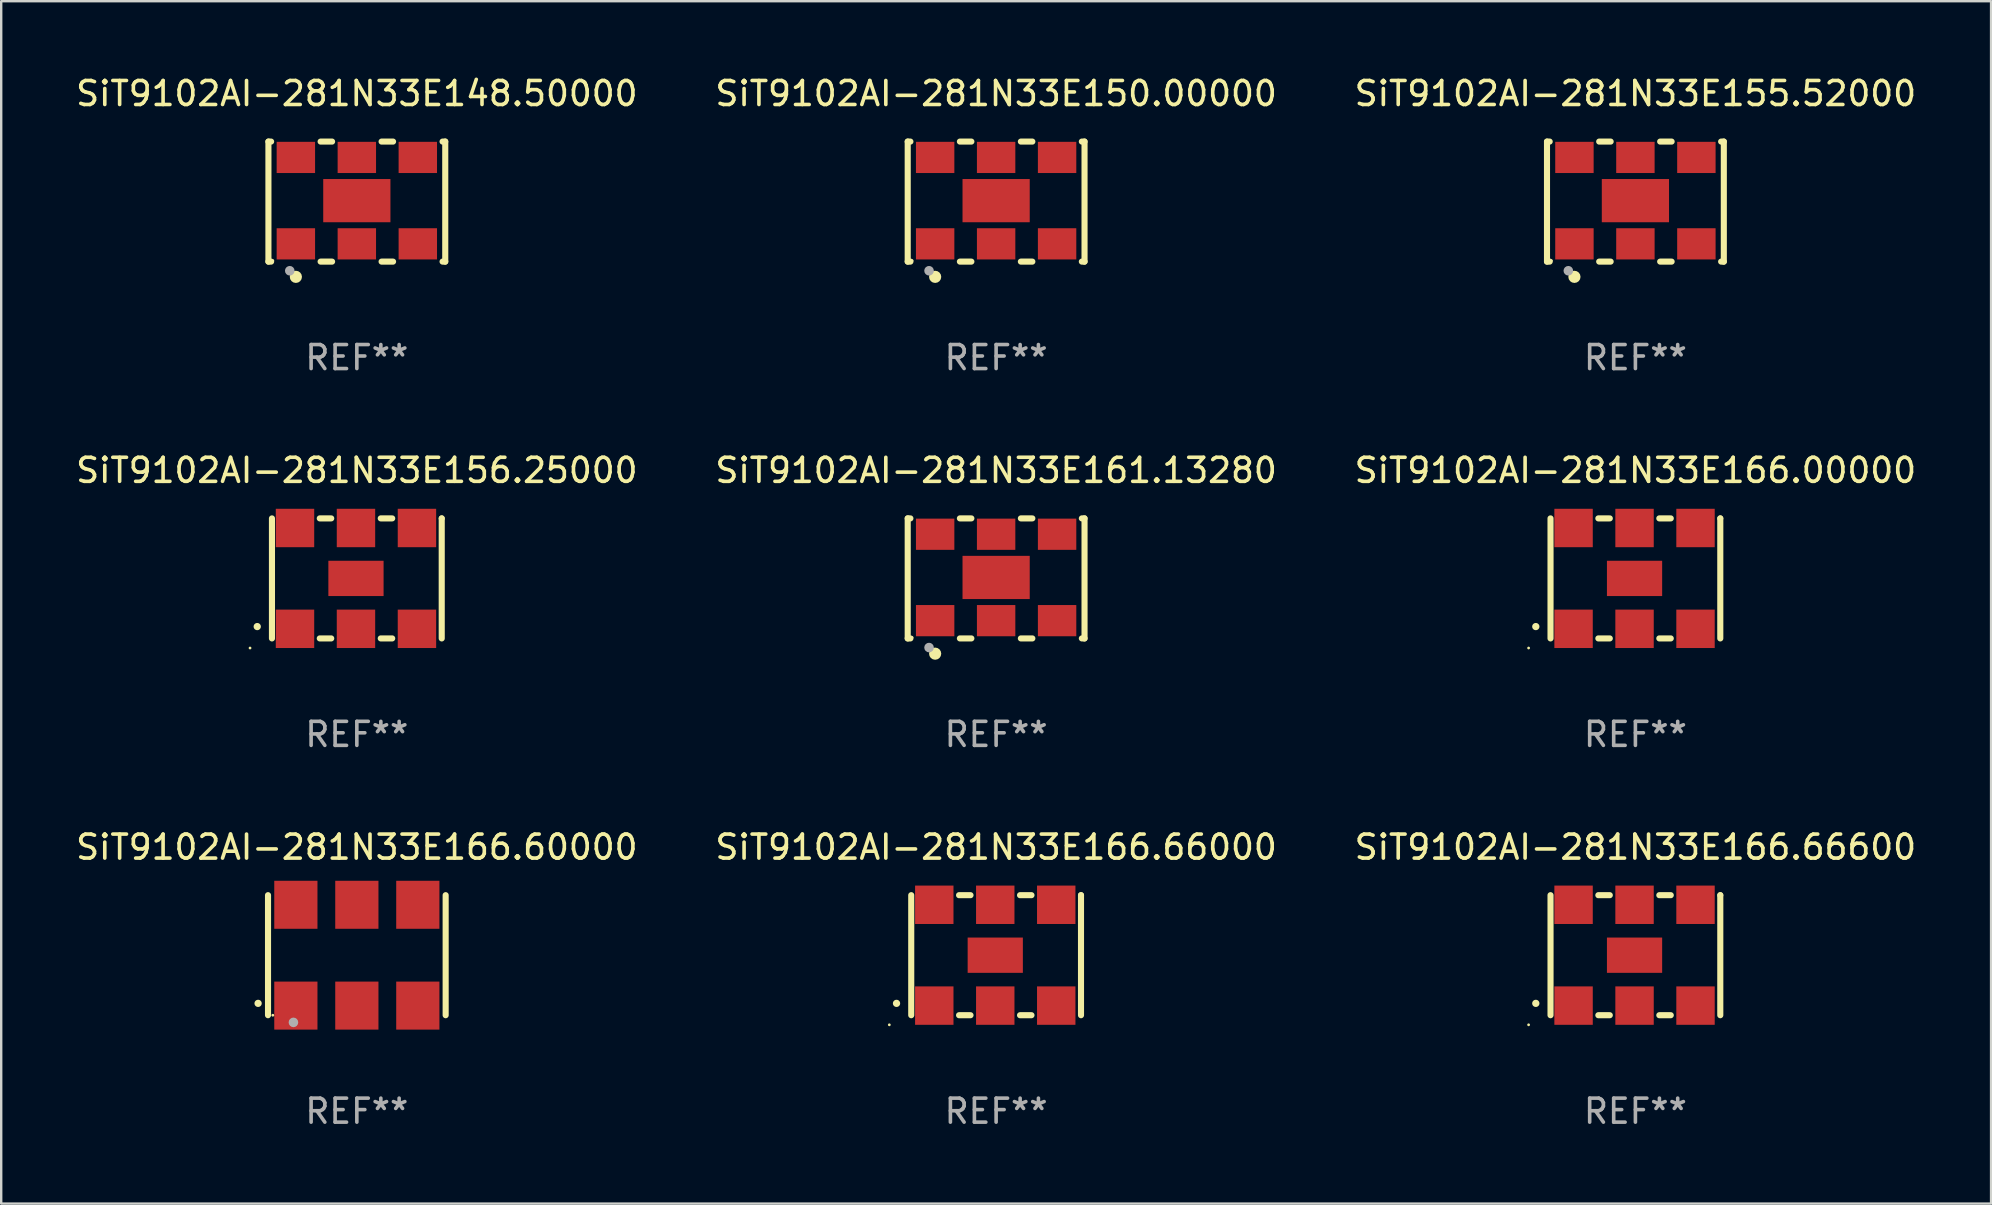
<source format=kicad_pcb>
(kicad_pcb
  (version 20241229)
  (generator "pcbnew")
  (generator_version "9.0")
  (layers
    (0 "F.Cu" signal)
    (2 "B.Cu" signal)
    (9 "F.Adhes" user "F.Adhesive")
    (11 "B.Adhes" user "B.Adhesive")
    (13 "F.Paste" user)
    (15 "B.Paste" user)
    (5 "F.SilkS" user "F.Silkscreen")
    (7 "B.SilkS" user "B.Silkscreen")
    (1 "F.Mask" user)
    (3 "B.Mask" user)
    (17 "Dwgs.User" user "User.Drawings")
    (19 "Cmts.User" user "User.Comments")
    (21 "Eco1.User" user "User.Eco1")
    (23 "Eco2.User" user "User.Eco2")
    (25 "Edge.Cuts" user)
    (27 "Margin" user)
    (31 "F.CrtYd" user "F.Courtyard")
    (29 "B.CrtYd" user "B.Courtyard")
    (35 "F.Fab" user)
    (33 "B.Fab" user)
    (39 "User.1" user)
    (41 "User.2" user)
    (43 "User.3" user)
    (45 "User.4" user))
  (footprint "SiT9102AI-281N33E166.60000"
    (layer "F.Cu")
    (at 11.815 36.741)
    (property "Reference" "SiT9102AI-281N33E166.60000" (at 0 -4.5 0) (layer "F.SilkS") (effects (font (size 1 1) (thickness 0.15))))
    (attr through_hole)
    (fp_line (start -3.7 -2.5) (end -3.7 2.5) (stroke (width 0.254) (type solid)) (layer "F.SilkS"))
    (fp_line (start 3.7 -2.5) (end 3.7 2.5) (stroke (width 0.254) (type solid)) (layer "F.SilkS"))
    (fp_arc (start -4.114415 2.006604) (mid -4.113145 2.006599) (end -4.111875 2.006604) (stroke (width 0.3) (type solid)) (layer "F.SilkS"))
    (fp_circle (center -3.5 2.501) (end -3.47 2.501) (stroke (width 0.06) (type solid)) (fill no) (layer "F.SilkS"))
    (fp_circle (center -2.641 2.799) (end -2.541 2.799) (stroke (width 0.2) (type solid)) (fill no) (layer "F.Fab"))
    (fp_text user "REF**" (at 0 6.5 0) (layer "F.Fab") (effects (font (size 1 1) (thickness 0.15))))
    (pad "1" smd rect (at -2.54 2.1) (size 1.8 2) (layers "F.Cu" "F.Mask" "F.Paste"))
    (pad "2" smd rect (at 0.000394 2.1) (size 1.8 2) (layers "F.Cu" "F.Mask" "F.Paste"))
    (pad "3" smd rect (at 2.54 2.1) (size 1.8 2) (layers "F.Cu" "F.Mask" "F.Paste"))
    (pad "4" smd rect (at 2.54 -2.1) (size 1.8 2) (layers "F.Cu" "F.Mask" "F.Paste"))
    (pad "5" smd rect (at 0.000394 -2.1) (size 1.8 2) (layers "F.Cu" "F.Mask" "F.Paste"))
    (pad "6" smd rect (at -2.54 -2.1) (size 1.8 2) (layers "F.Cu" "F.Mask" "F.Paste")))
  (footprint "SiT9102AI-281N33E148.50000"
    (layer "F.Cu")
    (at 11.815 5.348)
    (property "Reference" "SiT9102AI-281N33E148.50000" (at 0 -4.5 0) (layer "F.SilkS") (effects (font (size 1 1) (thickness 0.15))))
    (attr through_hole)
    (fp_line (start -3.683 -2.5) (end -3.571 -2.5) (stroke (width 0.254) (type solid)) (layer "F.SilkS"))
    (fp_line (start -3.683 2.5) (end -3.683 -2.5) (stroke (width 0.254) (type solid)) (layer "F.SilkS"))
    (fp_line (start -3.683 2.5) (end -3.571 2.5) (stroke (width 0.254) (type solid)) (layer "F.SilkS"))
    (fp_line (start -1.509 -2.5) (end -1.031 -2.5) (stroke (width 0.254) (type solid)) (layer "F.SilkS"))
    (fp_line (start -1.509 2.5) (end -1.031 2.5) (stroke (width 0.254) (type solid)) (layer "F.SilkS"))
    (fp_line (start 1.031 -2.5) (end 1.509 -2.5) (stroke (width 0.254) (type solid)) (layer "F.SilkS"))
    (fp_line (start 1.031 2.5) (end 1.509 2.5) (stroke (width 0.254) (type solid)) (layer "F.SilkS"))
    (fp_line (start 3.571 -2.5) (end 3.683 -2.5) (stroke (width 0.254) (type solid)) (layer "F.SilkS"))
    (fp_line (start 3.571 2.5) (end 3.683 2.5) (stroke (width 0.254) (type solid)) (layer "F.SilkS"))
    (fp_line (start 3.683 2.5) (end 3.683 -2.5) (stroke (width 0.254) (type solid)) (layer "F.SilkS"))
    (fp_circle (center -3.5 2.46) (end -3.47 2.46) (stroke (width 0.06) (type solid)) (fill no) (layer "F.SilkS"))
    (fp_circle (center -2.54 3.135) (end -2.413 3.135) (stroke (width 0.254) (type solid)) (fill no) (layer "F.SilkS"))
    (fp_circle (center -2.794 2.881) (end -2.694 2.881) (stroke (width 0.2) (type solid)) (fill no) (layer "F.Fab"))
    (fp_text user "REF**" (at 0 6.5 0) (layer "F.Fab") (effects (font (size 1 1) (thickness 0.15))))
    (pad "1" smd rect (at -2.54 1.76) (size 1.6 1.3) (layers "F.Cu" "F.Mask" "F.Paste"))
    (pad "2" smd rect (at 0 1.76) (size 1.6 1.3) (layers "F.Cu" "F.Mask" "F.Paste"))
    (pad "3" smd rect (at 2.54 1.76) (size 1.6 1.3) (layers "F.Cu" "F.Mask" "F.Paste"))
    (pad "4" smd rect (at 2.54 -1.84) (size 1.6 1.3) (layers "F.Cu" "F.Mask" "F.Paste"))
    (pad "5" smd rect (at 0 -1.84) (size 1.6 1.3) (layers "F.Cu" "F.Mask" "F.Paste"))
    (pad "6" smd rect (at -2.54 -1.84) (size 1.6 1.3) (layers "F.Cu" "F.Mask" "F.Paste"))
    (pad "7" smd rect (at 0 -0.04) (size 2.8 1.8) (layers "F.Cu" "F.Mask" "F.Paste")))
  (footprint "SiT9102AI-281N33E166.00000"
    (layer "F.Cu")
    (at 65.077 21.045)
    (property "Reference" "SiT9102AI-281N33E166.00000" (at 0 -4.5 0) (layer "F.SilkS") (effects (font (size 1 1) (thickness 0.15))))
    (attr through_hole)
    (fp_line (start -3.536 -2.5) (end -3.536 2.5) (stroke (width 0.254) (type solid)) (layer "F.SilkS"))
    (fp_line (start -1.544 2.5) (end -1.067 2.5) (stroke (width 0.254) (type solid)) (layer "F.SilkS"))
    (fp_line (start -1.067 -2.5) (end -1.544 -2.5) (stroke (width 0.254) (type solid)) (layer "F.SilkS"))
    (fp_line (start 0.996 2.5) (end 1.473 2.5) (stroke (width 0.254) (type solid)) (layer "F.SilkS"))
    (fp_line (start 1.473 -2.5) (end 0.996 -2.5) (stroke (width 0.254) (type solid)) (layer "F.SilkS"))
    (fp_line (start 3.536 -2.5) (end 3.536 -2.5) (stroke (width 0.254) (type solid)) (layer "F.SilkS"))
    (fp_line (start 3.536 2.5) (end 3.536 -2.5) (stroke (width 0.254) (type solid)) (layer "F.SilkS"))
    (fp_arc (start -4.150432 2.006604) (mid -4.149162 2.006599) (end -4.147892 2.006604) (stroke (width 0.3) (type solid)) (layer "F.SilkS"))
    (fp_circle (center -4.449 2.9) (end -4.419 2.9) (stroke (width 0.06) (type solid)) (fill no) (layer "F.SilkS"))
    (fp_text user "REF**" (at 0 6.5 0) (layer "F.Fab") (effects (font (size 1 1) (thickness 0.15))))
    (pad "1" smd rect (at -2.576 2.1) (size 1.6 1.6) (layers "F.Cu" "F.Mask" "F.Paste"))
    (pad "2" smd rect (at -0.036 2.1) (size 1.6 1.6) (layers "F.Cu" "F.Mask" "F.Paste"))
    (pad "3" smd rect (at 2.504 2.1) (size 1.6 1.6) (layers "F.Cu" "F.Mask" "F.Paste"))
    (pad "4" smd rect (at 2.504 -2.1) (size 1.6 1.6) (layers "F.Cu" "F.Mask" "F.Paste"))
    (pad "5" smd rect (at -0.036 -2.1) (size 1.6 1.6) (layers "F.Cu" "F.Mask" "F.Paste"))
    (pad "6" smd rect (at -2.576 -2.1) (size 1.6 1.6) (layers "F.Cu" "F.Mask" "F.Paste"))
    (pad "7" smd rect (at -0.036 0) (size 2.3 1.47) (layers "F.Cu" "F.Mask" "F.Paste")))
  (footprint "SiT9102AI-281N33E155.52000"
    (layer "F.Cu")
    (at 65.077 5.348)
    (property "Reference" "SiT9102AI-281N33E155.52000" (at 0 -4.5 0) (layer "F.SilkS") (effects (font (size 1 1) (thickness 0.15))))
    (attr through_hole)
    (fp_line (start -3.683 -2.5) (end -3.571 -2.5) (stroke (width 0.254) (type solid)) (layer "F.SilkS"))
    (fp_line (start -3.683 2.5) (end -3.683 -2.5) (stroke (width 0.254) (type solid)) (layer "F.SilkS"))
    (fp_line (start -3.683 2.5) (end -3.571 2.5) (stroke (width 0.254) (type solid)) (layer "F.SilkS"))
    (fp_line (start -1.509 -2.5) (end -1.031 -2.5) (stroke (width 0.254) (type solid)) (layer "F.SilkS"))
    (fp_line (start -1.509 2.5) (end -1.031 2.5) (stroke (width 0.254) (type solid)) (layer "F.SilkS"))
    (fp_line (start 1.031 -2.5) (end 1.509 -2.5) (stroke (width 0.254) (type solid)) (layer "F.SilkS"))
    (fp_line (start 1.031 2.5) (end 1.509 2.5) (stroke (width 0.254) (type solid)) (layer "F.SilkS"))
    (fp_line (start 3.571 -2.5) (end 3.683 -2.5) (stroke (width 0.254) (type solid)) (layer "F.SilkS"))
    (fp_line (start 3.571 2.5) (end 3.683 2.5) (stroke (width 0.254) (type solid)) (layer "F.SilkS"))
    (fp_line (start 3.683 2.5) (end 3.683 -2.5) (stroke (width 0.254) (type solid)) (layer "F.SilkS"))
    (fp_circle (center -3.5 2.46) (end -3.47 2.46) (stroke (width 0.06) (type solid)) (fill no) (layer "F.SilkS"))
    (fp_circle (center -2.54 3.135) (end -2.413 3.135) (stroke (width 0.254) (type solid)) (fill no) (layer "F.SilkS"))
    (fp_circle (center -2.794 2.881) (end -2.694 2.881) (stroke (width 0.2) (type solid)) (fill no) (layer "F.Fab"))
    (fp_text user "REF**" (at 0 6.5 0) (layer "F.Fab") (effects (font (size 1 1) (thickness 0.15))))
    (pad "1" smd rect (at -2.54 1.76) (size 1.6 1.3) (layers "F.Cu" "F.Mask" "F.Paste"))
    (pad "2" smd rect (at 0 1.76) (size 1.6 1.3) (layers "F.Cu" "F.Mask" "F.Paste"))
    (pad "3" smd rect (at 2.54 1.76) (size 1.6 1.3) (layers "F.Cu" "F.Mask" "F.Paste"))
    (pad "4" smd rect (at 2.54 -1.84) (size 1.6 1.3) (layers "F.Cu" "F.Mask" "F.Paste"))
    (pad "5" smd rect (at 0 -1.84) (size 1.6 1.3) (layers "F.Cu" "F.Mask" "F.Paste"))
    (pad "6" smd rect (at -2.54 -1.84) (size 1.6 1.3) (layers "F.Cu" "F.Mask" "F.Paste"))
    (pad "7" smd rect (at 0 -0.04) (size 2.8 1.8) (layers "F.Cu" "F.Mask" "F.Paste")))
  (footprint "SiT9102AI-281N33E161.13280"
    (layer "F.Cu")
    (at 38.446 21.045)
    (property "Reference" "SiT9102AI-281N33E161.13280" (at 0 -4.5 0) (layer "F.SilkS") (effects (font (size 1 1) (thickness 0.15))))
    (attr through_hole)
    (fp_line (start -3.683 -2.5) (end -3.571 -2.5) (stroke (width 0.254) (type solid)) (layer "F.SilkS"))
    (fp_line (start -3.683 2.5) (end -3.683 -2.5) (stroke (width 0.254) (type solid)) (layer "F.SilkS"))
    (fp_line (start -3.683 2.5) (end -3.571 2.5) (stroke (width 0.254) (type solid)) (layer "F.SilkS"))
    (fp_line (start -1.509 -2.5) (end -1.031 -2.5) (stroke (width 0.254) (type solid)) (layer "F.SilkS"))
    (fp_line (start -1.509 2.5) (end -1.031 2.5) (stroke (width 0.254) (type solid)) (layer "F.SilkS"))
    (fp_line (start 1.031 -2.5) (end 1.509 -2.5) (stroke (width 0.254) (type solid)) (layer "F.SilkS"))
    (fp_line (start 1.031 2.5) (end 1.509 2.5) (stroke (width 0.254) (type solid)) (layer "F.SilkS"))
    (fp_line (start 3.571 -2.5) (end 3.683 -2.5) (stroke (width 0.254) (type solid)) (layer "F.SilkS"))
    (fp_line (start 3.571 2.5) (end 3.683 2.5) (stroke (width 0.254) (type solid)) (layer "F.SilkS"))
    (fp_line (start 3.683 2.5) (end 3.683 -2.5) (stroke (width 0.254) (type solid)) (layer "F.SilkS"))
    (fp_circle (center -3.5 2.46) (end -3.47 2.46) (stroke (width 0.06) (type solid)) (fill no) (layer "F.SilkS"))
    (fp_circle (center -2.54 3.135) (end -2.413 3.135) (stroke (width 0.254) (type solid)) (fill no) (layer "F.SilkS"))
    (fp_circle (center -2.794 2.881) (end -2.694 2.881) (stroke (width 0.2) (type solid)) (fill no) (layer "F.Fab"))
    (fp_text user "REF**" (at 0 6.5 0) (layer "F.Fab") (effects (font (size 1 1) (thickness 0.15))))
    (pad "1" smd rect (at -2.54 1.76) (size 1.6 1.3) (layers "F.Cu" "F.Mask" "F.Paste"))
    (pad "2" smd rect (at 0 1.76) (size 1.6 1.3) (layers "F.Cu" "F.Mask" "F.Paste"))
    (pad "3" smd rect (at 2.54 1.76) (size 1.6 1.3) (layers "F.Cu" "F.Mask" "F.Paste"))
    (pad "4" smd rect (at 2.54 -1.84) (size 1.6 1.3) (layers "F.Cu" "F.Mask" "F.Paste"))
    (pad "5" smd rect (at 0 -1.84) (size 1.6 1.3) (layers "F.Cu" "F.Mask" "F.Paste"))
    (pad "6" smd rect (at -2.54 -1.84) (size 1.6 1.3) (layers "F.Cu" "F.Mask" "F.Paste"))
    (pad "7" smd rect (at 0 -0.04) (size 2.8 1.8) (layers "F.Cu" "F.Mask" "F.Paste")))
  (footprint "SiT9102AI-281N33E166.66000"
    (layer "F.Cu")
    (at 38.446 36.741)
    (property "Reference" "SiT9102AI-281N33E166.66000" (at 0 -4.5 0) (layer "F.SilkS") (effects (font (size 1 1) (thickness 0.15))))
    (attr through_hole)
    (fp_line (start -3.536 -2.5) (end -3.536 2.5) (stroke (width 0.254) (type solid)) (layer "F.SilkS"))
    (fp_line (start -1.544 2.5) (end -1.067 2.5) (stroke (width 0.254) (type solid)) (layer "F.SilkS"))
    (fp_line (start -1.067 -2.5) (end -1.544 -2.5) (stroke (width 0.254) (type solid)) (layer "F.SilkS"))
    (fp_line (start 0.996 2.5) (end 1.473 2.5) (stroke (width 0.254) (type solid)) (layer "F.SilkS"))
    (fp_line (start 1.473 -2.5) (end 0.996 -2.5) (stroke (width 0.254) (type solid)) (layer "F.SilkS"))
    (fp_line (start 3.536 -2.5) (end 3.536 -2.5) (stroke (width 0.254) (type solid)) (layer "F.SilkS"))
    (fp_line (start 3.536 2.5) (end 3.536 -2.5) (stroke (width 0.254) (type solid)) (layer "F.SilkS"))
    (fp_arc (start -4.150432 2.006604) (mid -4.149162 2.006599) (end -4.147892 2.006604) (stroke (width 0.3) (type solid)) (layer "F.SilkS"))
    (fp_circle (center -4.449 2.9) (end -4.419 2.9) (stroke (width 0.06) (type solid)) (fill no) (layer "F.SilkS"))
    (fp_text user "REF**" (at 0 6.5 0) (layer "F.Fab") (effects (font (size 1 1) (thickness 0.15))))
    (pad "1" smd rect (at -2.576 2.1) (size 1.6 1.6) (layers "F.Cu" "F.Mask" "F.Paste"))
    (pad "2" smd rect (at -0.036 2.1) (size 1.6 1.6) (layers "F.Cu" "F.Mask" "F.Paste"))
    (pad "3" smd rect (at 2.504 2.1) (size 1.6 1.6) (layers "F.Cu" "F.Mask" "F.Paste"))
    (pad "4" smd rect (at 2.504 -2.1) (size 1.6 1.6) (layers "F.Cu" "F.Mask" "F.Paste"))
    (pad "5" smd rect (at -0.036 -2.1) (size 1.6 1.6) (layers "F.Cu" "F.Mask" "F.Paste"))
    (pad "6" smd rect (at -2.576 -2.1) (size 1.6 1.6) (layers "F.Cu" "F.Mask" "F.Paste"))
    (pad "7" smd rect (at -0.036 0) (size 2.3 1.47) (layers "F.Cu" "F.Mask" "F.Paste")))
  (footprint "SiT9102AI-281N33E166.66600"
    (layer "F.Cu")
    (at 65.077 36.741)
    (property "Reference" "SiT9102AI-281N33E166.66600" (at 0 -4.5 0) (layer "F.SilkS") (effects (font (size 1 1) (thickness 0.15))))
    (attr through_hole)
    (fp_line (start -3.536 -2.5) (end -3.536 2.5) (stroke (width 0.254) (type solid)) (layer "F.SilkS"))
    (fp_line (start -1.544 2.5) (end -1.067 2.5) (stroke (width 0.254) (type solid)) (layer "F.SilkS"))
    (fp_line (start -1.067 -2.5) (end -1.544 -2.5) (stroke (width 0.254) (type solid)) (layer "F.SilkS"))
    (fp_line (start 0.996 2.5) (end 1.473 2.5) (stroke (width 0.254) (type solid)) (layer "F.SilkS"))
    (fp_line (start 1.473 -2.5) (end 0.996 -2.5) (stroke (width 0.254) (type solid)) (layer "F.SilkS"))
    (fp_line (start 3.536 -2.5) (end 3.536 -2.5) (stroke (width 0.254) (type solid)) (layer "F.SilkS"))
    (fp_line (start 3.536 2.5) (end 3.536 -2.5) (stroke (width 0.254) (type solid)) (layer "F.SilkS"))
    (fp_arc (start -4.150432 2.006604) (mid -4.149162 2.006599) (end -4.147892 2.006604) (stroke (width 0.3) (type solid)) (layer "F.SilkS"))
    (fp_circle (center -4.449 2.9) (end -4.419 2.9) (stroke (width 0.06) (type solid)) (fill no) (layer "F.SilkS"))
    (fp_text user "REF**" (at 0 6.5 0) (layer "F.Fab") (effects (font (size 1 1) (thickness 0.15))))
    (pad "1" smd rect (at -2.576 2.1) (size 1.6 1.6) (layers "F.Cu" "F.Mask" "F.Paste"))
    (pad "2" smd rect (at -0.036 2.1) (size 1.6 1.6) (layers "F.Cu" "F.Mask" "F.Paste"))
    (pad "3" smd rect (at 2.504 2.1) (size 1.6 1.6) (layers "F.Cu" "F.Mask" "F.Paste"))
    (pad "4" smd rect (at 2.504 -2.1) (size 1.6 1.6) (layers "F.Cu" "F.Mask" "F.Paste"))
    (pad "5" smd rect (at -0.036 -2.1) (size 1.6 1.6) (layers "F.Cu" "F.Mask" "F.Paste"))
    (pad "6" smd rect (at -2.576 -2.1) (size 1.6 1.6) (layers "F.Cu" "F.Mask" "F.Paste"))
    (pad "7" smd rect (at -0.036 0) (size 2.3 1.47) (layers "F.Cu" "F.Mask" "F.Paste")))
  (footprint "SiT9102AI-281N33E156.25000"
    (layer "F.Cu")
    (at 11.815 21.045)
    (property "Reference" "SiT9102AI-281N33E156.25000" (at 0 -4.5 0) (layer "F.SilkS") (effects (font (size 1 1) (thickness 0.15))))
    (attr through_hole)
    (fp_line (start -3.536 -2.5) (end -3.536 2.5) (stroke (width 0.254) (type solid)) (layer "F.SilkS"))
    (fp_line (start -1.544 2.5) (end -1.067 2.5) (stroke (width 0.254) (type solid)) (layer "F.SilkS"))
    (fp_line (start -1.067 -2.5) (end -1.544 -2.5) (stroke (width 0.254) (type solid)) (layer "F.SilkS"))
    (fp_line (start 0.996 2.5) (end 1.473 2.5) (stroke (width 0.254) (type solid)) (layer "F.SilkS"))
    (fp_line (start 1.473 -2.5) (end 0.996 -2.5) (stroke (width 0.254) (type solid)) (layer "F.SilkS"))
    (fp_line (start 3.536 -2.5) (end 3.536 -2.5) (stroke (width 0.254) (type solid)) (layer "F.SilkS"))
    (fp_line (start 3.536 2.5) (end 3.536 -2.5) (stroke (width 0.254) (type solid)) (layer "F.SilkS"))
    (fp_arc (start -4.150432 2.006604) (mid -4.149162 2.006599) (end -4.147892 2.006604) (stroke (width 0.3) (type solid)) (layer "F.SilkS"))
    (fp_circle (center -4.449 2.9) (end -4.419 2.9) (stroke (width 0.06) (type solid)) (fill no) (layer "F.SilkS"))
    (fp_text user "REF**" (at 0 6.5 0) (layer "F.Fab") (effects (font (size 1 1) (thickness 0.15))))
    (pad "1" smd rect (at -2.576 2.1) (size 1.6 1.6) (layers "F.Cu" "F.Mask" "F.Paste"))
    (pad "2" smd rect (at -0.036 2.1) (size 1.6 1.6) (layers "F.Cu" "F.Mask" "F.Paste"))
    (pad "3" smd rect (at 2.504 2.1) (size 1.6 1.6) (layers "F.Cu" "F.Mask" "F.Paste"))
    (pad "4" smd rect (at 2.504 -2.1) (size 1.6 1.6) (layers "F.Cu" "F.Mask" "F.Paste"))
    (pad "5" smd rect (at -0.036 -2.1) (size 1.6 1.6) (layers "F.Cu" "F.Mask" "F.Paste"))
    (pad "6" smd rect (at -2.576 -2.1) (size 1.6 1.6) (layers "F.Cu" "F.Mask" "F.Paste"))
    (pad "7" smd rect (at -0.036 0) (size 2.3 1.47) (layers "F.Cu" "F.Mask" "F.Paste")))
  (footprint "SiT9102AI-281N33E150.00000"
    (layer "F.Cu")
    (at 38.446 5.348)
    (property "Reference" "SiT9102AI-281N33E150.00000" (at 0 -4.5 0) (layer "F.SilkS") (effects (font (size 1 1) (thickness 0.15))))
    (attr through_hole)
    (fp_line (start -3.683 -2.5) (end -3.571 -2.5) (stroke (width 0.254) (type solid)) (layer "F.SilkS"))
    (fp_line (start -3.683 2.5) (end -3.683 -2.5) (stroke (width 0.254) (type solid)) (layer "F.SilkS"))
    (fp_line (start -3.683 2.5) (end -3.571 2.5) (stroke (width 0.254) (type solid)) (layer "F.SilkS"))
    (fp_line (start -1.509 -2.5) (end -1.031 -2.5) (stroke (width 0.254) (type solid)) (layer "F.SilkS"))
    (fp_line (start -1.509 2.5) (end -1.031 2.5) (stroke (width 0.254) (type solid)) (layer "F.SilkS"))
    (fp_line (start 1.031 -2.5) (end 1.509 -2.5) (stroke (width 0.254) (type solid)) (layer "F.SilkS"))
    (fp_line (start 1.031 2.5) (end 1.509 2.5) (stroke (width 0.254) (type solid)) (layer "F.SilkS"))
    (fp_line (start 3.571 -2.5) (end 3.683 -2.5) (stroke (width 0.254) (type solid)) (layer "F.SilkS"))
    (fp_line (start 3.571 2.5) (end 3.683 2.5) (stroke (width 0.254) (type solid)) (layer "F.SilkS"))
    (fp_line (start 3.683 2.5) (end 3.683 -2.5) (stroke (width 0.254) (type solid)) (layer "F.SilkS"))
    (fp_circle (center -3.5 2.46) (end -3.47 2.46) (stroke (width 0.06) (type solid)) (fill no) (layer "F.SilkS"))
    (fp_circle (center -2.54 3.135) (end -2.413 3.135) (stroke (width 0.254) (type solid)) (fill no) (layer "F.SilkS"))
    (fp_circle (center -2.794 2.881) (end -2.694 2.881) (stroke (width 0.2) (type solid)) (fill no) (layer "F.Fab"))
    (fp_text user "REF**" (at 0 6.5 0) (layer "F.Fab") (effects (font (size 1 1) (thickness 0.15))))
    (pad "1" smd rect (at -2.54 1.76) (size 1.6 1.3) (layers "F.Cu" "F.Mask" "F.Paste"))
    (pad "2" smd rect (at 0 1.76) (size 1.6 1.3) (layers "F.Cu" "F.Mask" "F.Paste"))
    (pad "3" smd rect (at 2.54 1.76) (size 1.6 1.3) (layers "F.Cu" "F.Mask" "F.Paste"))
    (pad "4" smd rect (at 2.54 -1.84) (size 1.6 1.3) (layers "F.Cu" "F.Mask" "F.Paste"))
    (pad "5" smd rect (at 0 -1.84) (size 1.6 1.3) (layers "F.Cu" "F.Mask" "F.Paste"))
    (pad "6" smd rect (at -2.54 -1.84) (size 1.6 1.3) (layers "F.Cu" "F.Mask" "F.Paste"))
    (pad "7" smd rect (at 0 -0.04) (size 2.8 1.8) (layers "F.Cu" "F.Mask" "F.Paste")))
  (gr_rect
    (start -3 -3)
    (end 79.893 47.09)
    (stroke (width 0.1) (type default))
    (fill no)
    (layer "Edge.Cuts")))
</source>
